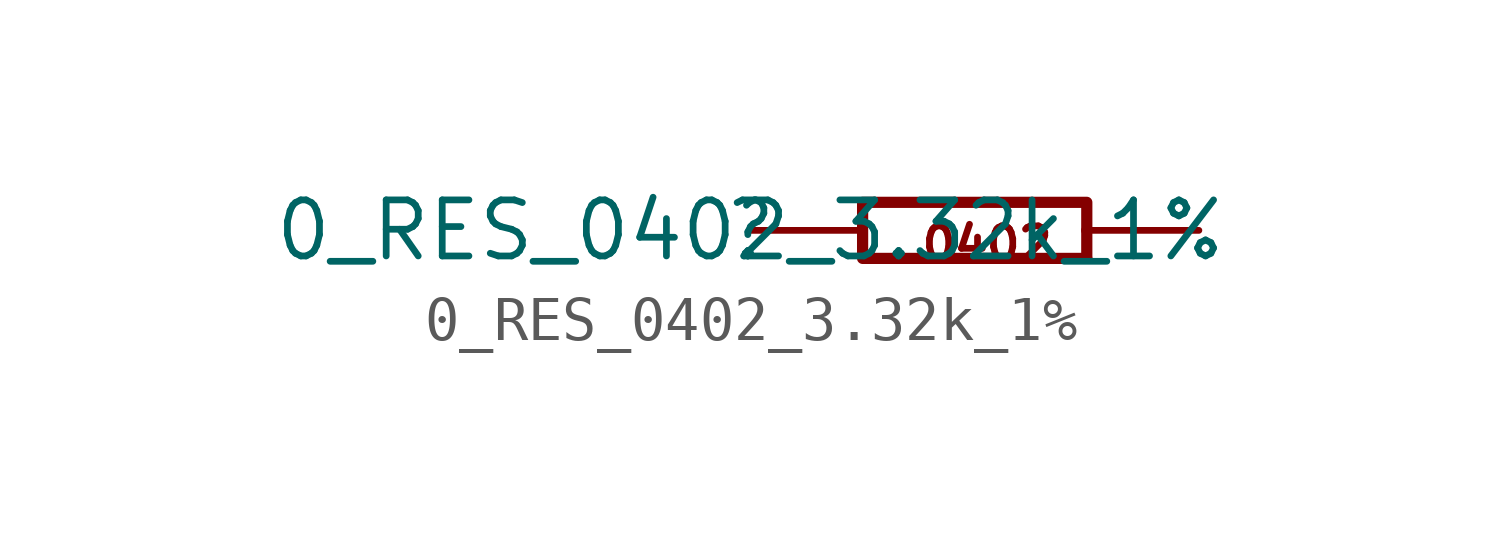
<source format=kicad_sym>
(kicad_symbol_lib
  (version 20211014)
  (generator kicad_symbol_editor)
  (symbol "0_RES_0402_3.32k_1%"
    (property "Reference" ""
      (at 0 0 0)
      (effects (font (size 1.27 1.27))))
    (property "Value" "0_RES_0402_3.32k_1%"
      (at 0 0 0)
      (effects (font (size 1.27 1.27))))
    (symbol "0_RES_0402_3.32k_1%_1_0"
      (polyline (pts (xy 7.62 -0.635) (xy 7.62 0)) (stroke (width 0.254) (type default) (color 0 0 0 0)) (fill (type none)))
      (polyline (pts (xy 7.62 0) (xy 7.62 0.635) (xy 2.54 0.635) (xy 2.54 -0.635) (xy 7.62 -0.635)) (stroke (width 0.254) (type default) (color 0 0 0 0)) (fill (type none)))
      (text "0402" (at 3.81 -0.762 0) (effects (font (size 0.762 0.762)) (justify left bottom)))
      (pin passive line (at 0 0 0) (length 2.54) (name "1" (effects (font (size 0 0)))) (number "1" (effects (font (size 0 0)))))
      (pin passive line (at 10.16 0 180) (length 2.54) (name "2" (effects (font (size 0 0)))) (number "2" (effects (font (size 0 0))))))))
</source>
